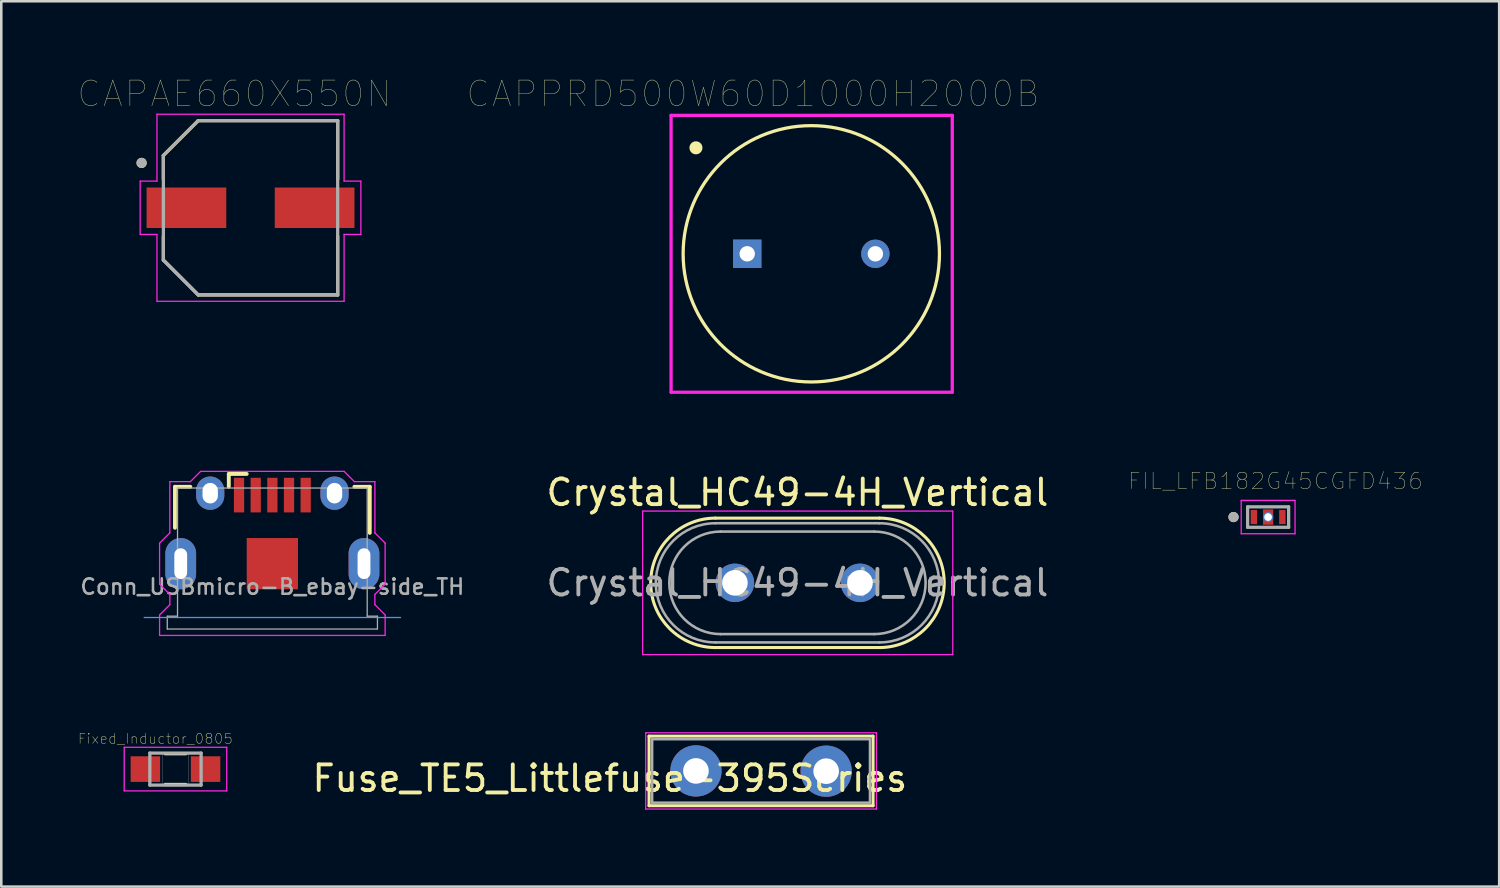
<source format=kicad_pcb>
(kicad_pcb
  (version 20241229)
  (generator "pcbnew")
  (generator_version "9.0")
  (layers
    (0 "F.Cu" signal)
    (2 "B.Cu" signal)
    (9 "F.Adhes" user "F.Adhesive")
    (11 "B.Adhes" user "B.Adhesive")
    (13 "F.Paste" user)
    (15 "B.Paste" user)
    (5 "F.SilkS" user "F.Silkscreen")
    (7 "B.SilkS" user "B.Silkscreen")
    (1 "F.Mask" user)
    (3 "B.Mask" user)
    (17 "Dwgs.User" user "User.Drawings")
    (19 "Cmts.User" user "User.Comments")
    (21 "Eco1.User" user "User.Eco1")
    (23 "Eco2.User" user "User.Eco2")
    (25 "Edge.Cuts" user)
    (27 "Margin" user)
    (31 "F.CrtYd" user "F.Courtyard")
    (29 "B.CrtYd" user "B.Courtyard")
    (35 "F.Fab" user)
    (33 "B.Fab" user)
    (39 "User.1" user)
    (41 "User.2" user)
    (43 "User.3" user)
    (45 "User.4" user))
  (footprint "Fixed_Inductor_0805"
    (layer "F.Cu")
    (at 3.796 26.956)
    (property "Reference" "Fixed_Inductor_0805" (at -0.785 -1.185 0) (layer "F.SilkS") (effects (font (size 0.394 0.394) (thickness 0.015))))
    (attr through_hole)
    (fp_line (start -0.4 -0.6) (end 0.4 -0.6) (stroke (width 0.127) (type solid)) (layer "F.SilkS"))
    (fp_line (start -0.4 0.6) (end 0.4 0.6) (stroke (width 0.127) (type solid)) (layer "F.SilkS"))
    (fp_line (start -2 -0.85) (end 2 -0.85) (stroke (width 0.051) (type solid)) (layer "F.CrtYd"))
    (fp_line (start -2 0.85) (end -2 -0.85) (stroke (width 0.051) (type solid)) (layer "F.CrtYd"))
    (fp_line (start 2 -0.85) (end 2 0.85) (stroke (width 0.051) (type solid)) (layer "F.CrtYd"))
    (fp_line (start 2 0.85) (end -2 0.85) (stroke (width 0.051) (type solid)) (layer "F.CrtYd"))
    (fp_line (start -1 -0.625) (end 1 -0.625) (stroke (width 0.127) (type solid)) (layer "F.Fab"))
    (fp_line (start -1 0.625) (end -1 -0.625) (stroke (width 0.127) (type solid)) (layer "F.Fab"))
    (fp_line (start 1 -0.625) (end 1 0.625) (stroke (width 0.127) (type solid)) (layer "F.Fab"))
    (fp_line (start 1 0.625) (end -1 0.625) (stroke (width 0.127) (type solid)) (layer "F.Fab"))
    (fp_poly (pts (xy -1 -0.625) (xy -0.5 -0.625) (xy -0.5 0.625) (xy -1 0.625)) (stroke (width 0.01) (type solid)) (fill no) (layer "F.Fab"))
    (fp_poly (pts (xy 0.5 -0.625) (xy 1 -0.625) (xy 1 0.625) (xy 0.5 0.625)) (stroke (width 0.01) (type solid)) (fill no) (layer "F.Fab"))
    (pad "1" smd rect (at -1.175 0) (size 1.15 1) (layers "F.Cu" "F.Mask" "F.Paste"))
    (pad "2" smd rect (at 1.175 0) (size 1.15 1) (layers "F.Cu" "F.Mask" "F.Paste")))
  (footprint "Conn_USBmicro-B_ebay-side_TH"
    (layer "F.Cu")
    (at 7.576 18.941)
    (property "Reference" "Conn_USBmicro-B_ebay-side_TH" (at 0 0.9 0) (layer "F.Fab") (effects (font (size 0.6 0.6) (thickness 0.1))))
    (attr through_hole)
    (fp_line (start -3.8 -3) (end -3.2 -3) (stroke (width 0.15) (type solid)) (layer "F.SilkS"))
    (fp_line (start -3.8 -1.4) (end -3.8 -3) (stroke (width 0.15) (type solid)) (layer "F.SilkS"))
    (fp_line (start -1.7 -3.5) (end -1.7 -3) (stroke (width 0.15) (type solid)) (layer "F.SilkS"))
    (fp_line (start -1 -3.5) (end -1.7 -3.5) (stroke (width 0.15) (type solid)) (layer "F.SilkS"))
    (fp_line (start 3.8 -3) (end 3.2 -3) (stroke (width 0.15) (type solid)) (layer "F.SilkS"))
    (fp_line (start 3.8 -1.2) (end 3.8 -3) (stroke (width 0.15) (type solid)) (layer "F.SilkS"))
    (fp_line (start 5 2.1) (end -5 2.1) (stroke (width 0.05) (type solid)) (layer "Cmts.User"))
    (fp_line (start -4.4 -0.8) (end -4.4 0.8) (stroke (width 0.05) (type solid)) (layer "F.CrtYd"))
    (fp_line (start -4.4 0.8) (end -4 1.2) (stroke (width 0.05) (type solid)) (layer "F.CrtYd"))
    (fp_line (start -4.4 2) (end -4.4 2.8) (stroke (width 0.05) (type solid)) (layer "F.CrtYd"))
    (fp_line (start -4.4 2.8) (end 4.4 2.8) (stroke (width 0.05) (type solid)) (layer "F.CrtYd"))
    (fp_line (start -4 -3.2) (end -4 -1.2) (stroke (width 0.05) (type solid)) (layer "F.CrtYd"))
    (fp_line (start -4 -1.2) (end -4.4 -0.8) (stroke (width 0.05) (type solid)) (layer "F.CrtYd"))
    (fp_line (start -4 1.2) (end -4 1.6) (stroke (width 0.05) (type solid)) (layer "F.CrtYd"))
    (fp_line (start -4 1.6) (end -4.4 2) (stroke (width 0.05) (type solid)) (layer "F.CrtYd"))
    (fp_line (start -3.2 -3.2) (end -4 -3.2) (stroke (width 0.05) (type solid)) (layer "F.CrtYd"))
    (fp_line (start -2.8 -3.6) (end -3.2 -3.2) (stroke (width 0.05) (type solid)) (layer "F.CrtYd"))
    (fp_line (start 2.8 -3.6) (end -2.8 -3.6) (stroke (width 0.05) (type solid)) (layer "F.CrtYd"))
    (fp_line (start 3.2 -3.2) (end 2.8 -3.6) (stroke (width 0.05) (type solid)) (layer "F.CrtYd"))
    (fp_line (start 4 -3.2) (end 3.2 -3.2) (stroke (width 0.05) (type solid)) (layer "F.CrtYd"))
    (fp_line (start 4 -1.2) (end 4 -3.2) (stroke (width 0.05) (type solid)) (layer "F.CrtYd"))
    (fp_line (start 4 1.2) (end 4.4 0.8) (stroke (width 0.05) (type solid)) (layer "F.CrtYd"))
    (fp_line (start 4 1.6) (end 4 1.2) (stroke (width 0.05) (type solid)) (layer "F.CrtYd"))
    (fp_line (start 4.4 -0.8) (end 4 -1.2) (stroke (width 0.05) (type solid)) (layer "F.CrtYd"))
    (fp_line (start 4.4 0.8) (end 4.4 -0.8) (stroke (width 0.05) (type solid)) (layer "F.CrtYd"))
    (fp_line (start 4.4 2) (end 4 1.6) (stroke (width 0.05) (type solid)) (layer "F.CrtYd"))
    (fp_line (start 4.4 2.8) (end 4.4 2) (stroke (width 0.05) (type solid)) (layer "F.CrtYd"))
    (fp_line (start -4.1 2.05) (end -3.7 2.05) (stroke (width 0.05) (type solid)) (layer "F.Fab"))
    (fp_line (start -4.1 2.55) (end -4.1 2.05) (stroke (width 0.05) (type solid)) (layer "F.Fab"))
    (fp_line (start -4.1 2.55) (end 4.1 2.55) (stroke (width 0.05) (type solid)) (layer "F.Fab"))
    (fp_line (start -3.7 -2.95) (end -3.7 2.05) (stroke (width 0.05) (type solid)) (layer "F.Fab"))
    (fp_line (start 3.7 -2.95) (end -3.7 -2.95) (stroke (width 0.05) (type solid)) (layer "F.Fab"))
    (fp_line (start 3.7 2.05) (end 3.7 -2.95) (stroke (width 0.05) (type solid)) (layer "F.Fab"))
    (fp_line (start 4.1 2.05) (end 3.7 2.05) (stroke (width 0.05) (type solid)) (layer "F.Fab"))
    (fp_line (start 4.1 2.55) (end 4.1 2.05) (stroke (width 0.05) (type solid)) (layer "F.Fab"))
    (fp_text user "${REFERENCE}" (at -1.5 -1.7 0) (layer "Eco1.User") (effects (font (size 0.3 0.3) (thickness 0.03))))
    (pad "" smd rect (at 0 0) (size 2 2) (layers "F.Cu" "F.Mask" "F.Paste"))
    (pad "1" smd rect (at -1.3 -2.675) (size 0.4 1.35) (layers "F.Cu" "F.Mask" "F.Paste"))
    (pad "2" smd rect (at -0.65 -2.675) (size 0.4 1.35) (layers "F.Cu" "F.Mask" "F.Paste"))
    (pad "3" smd rect (at 0 -2.675) (size 0.4 1.35) (layers "F.Cu" "F.Mask" "F.Paste"))
    (pad "4" smd rect (at 0.65 -2.675) (size 0.4 1.35) (layers "F.Cu" "F.Mask" "F.Paste"))
    (pad "5" smd rect (at 1.3 -2.675) (size 0.4 1.35) (layers "F.Cu" "F.Mask" "F.Paste"))
    (pad "6" thru_hole oval (at -3.575 0) (size 1.2 2) (drill oval 0.5 1.2) (layers "*.Cu" "*.Mask" "F.Paste"))
    (pad "6" thru_hole oval (at -2.425 -2.75) (size 1.1 1.3) (drill oval 0.6 0.8) (layers "*.Cu" "*.Mask"))
    (pad "6" thru_hole oval (at 2.425 -2.75) (size 1.1 1.3) (drill oval 0.6 0.8) (layers "*.Cu" "*.Mask"))
    (pad "6" thru_hole oval (at 3.575 0) (size 1.2 2) (drill oval 0.5 1.2) (layers "*.Cu" "*.Mask" "F.Paste")))
  (footprint "CAPAE660X550N"
    (layer "F.Cu")
    (at 6.724 5.056)
    (property "Reference" "CAPAE660X550N" (at -0.635 -4.445 0) (layer "F.SilkS") (effects (font (size 1 1) (thickness 0.015))))
    (attr through_hole)
    (fp_line (start -3.4 -2.04) (end -3.4 -1.11) (stroke (width 0.127) (type solid)) (layer "F.SilkS"))
    (fp_line (start -3.4 -2.04) (end -2.04 -3.4) (stroke (width 0.127) (type solid)) (layer "F.SilkS"))
    (fp_line (start -3.4 2.04) (end -3.4 1.11) (stroke (width 0.127) (type solid)) (layer "F.SilkS"))
    (fp_line (start -2.04 -3.4) (end 3.4 -3.4) (stroke (width 0.127) (type solid)) (layer "F.SilkS"))
    (fp_line (start -2.04 3.4) (end -3.4 2.04) (stroke (width 0.127) (type solid)) (layer "F.SilkS"))
    (fp_line (start 3.4 -3.4) (end 3.4 -1.11) (stroke (width 0.127) (type solid)) (layer "F.SilkS"))
    (fp_line (start 3.4 1.11) (end 3.4 3.4) (stroke (width 0.127) (type solid)) (layer "F.SilkS"))
    (fp_line (start 3.4 3.4) (end -2.04 3.4) (stroke (width 0.127) (type solid)) (layer "F.SilkS"))
    (fp_circle (center -4.25 -1.75) (end -4.15 -1.75) (stroke (width 0.2) (type solid)) (fill no) (layer "F.SilkS"))
    (fp_line (start -4.305 -1.04) (end -3.65 -1.04) (stroke (width 0.05) (type solid)) (layer "F.CrtYd"))
    (fp_line (start -4.305 1.04) (end -4.305 -1.04) (stroke (width 0.05) (type solid)) (layer "F.CrtYd"))
    (fp_line (start -3.65 -3.65) (end 3.65 -3.65) (stroke (width 0.05) (type solid)) (layer "F.CrtYd"))
    (fp_line (start -3.65 -1.04) (end -3.65 -3.65) (stroke (width 0.05) (type solid)) (layer "F.CrtYd"))
    (fp_line (start -3.65 1.04) (end -4.305 1.04) (stroke (width 0.05) (type solid)) (layer "F.CrtYd"))
    (fp_line (start -3.65 3.65) (end -3.65 1.04) (stroke (width 0.05) (type solid)) (layer "F.CrtYd"))
    (fp_line (start 3.65 -3.65) (end 3.65 -1.04) (stroke (width 0.05) (type solid)) (layer "F.CrtYd"))
    (fp_line (start 3.65 -1.04) (end 4.305 -1.04) (stroke (width 0.05) (type solid)) (layer "F.CrtYd"))
    (fp_line (start 3.65 1.04) (end 3.65 3.65) (stroke (width 0.05) (type solid)) (layer "F.CrtYd"))
    (fp_line (start 3.65 3.65) (end -3.65 3.65) (stroke (width 0.05) (type solid)) (layer "F.CrtYd"))
    (fp_line (start 4.305 -1.04) (end 4.305 1.04) (stroke (width 0.05) (type solid)) (layer "F.CrtYd"))
    (fp_line (start 4.305 1.04) (end 3.65 1.04) (stroke (width 0.05) (type solid)) (layer "F.CrtYd"))
    (fp_line (start -3.4 -2.04) (end -2.04 -3.4) (stroke (width 0.127) (type solid)) (layer "F.Fab"))
    (fp_line (start -3.4 2.04) (end -3.4 -2.04) (stroke (width 0.127) (type solid)) (layer "F.Fab"))
    (fp_line (start -2.04 -3.4) (end 3.4 -3.4) (stroke (width 0.127) (type solid)) (layer "F.Fab"))
    (fp_line (start -2.04 3.4) (end -3.4 2.04) (stroke (width 0.127) (type solid)) (layer "F.Fab"))
    (fp_line (start 3.4 -3.4) (end 3.4 3.4) (stroke (width 0.127) (type solid)) (layer "F.Fab"))
    (fp_line (start 3.4 3.4) (end -2.04 3.4) (stroke (width 0.127) (type solid)) (layer "F.Fab"))
    (fp_circle (center -4.25 -1.75) (end -4.15 -1.75) (stroke (width 0.2) (type solid)) (fill no) (layer "F.Fab"))
    (pad "1" smd rect (at -2.5 0) (size 3.11 1.58) (layers "F.Cu" "F.Mask" "F.Paste"))
    (pad "2" smd rect (at 2.5 0) (size 3.11 1.58) (layers "F.Cu" "F.Mask" "F.Paste")))
  (footprint "Fuse_TE5_Littlefuse-395Series"
    (layer "F.Cu")
    (at 24.102 27.027)
    (property "Reference" "Fuse_TE5_Littlefuse-395Series" (at -3.36 0.29 180) (layer "F.SilkS") (effects (font (size 1 1) (thickness 0.15))))
    (attr through_hole)
    (fp_line (start -1.83 -1.358) (end -1.83 1.358) (stroke (width 0.12) (type solid)) (layer "F.SilkS"))
    (fp_line (start -1.83 -1.358) (end 6.91 -1.358) (stroke (width 0.12) (type solid)) (layer "F.SilkS"))
    (fp_line (start 6.91 1.358) (end -1.83 1.358) (stroke (width 0.12) (type solid)) (layer "F.SilkS"))
    (fp_line (start 6.91 1.358) (end 6.91 -1.358) (stroke (width 0.12) (type solid)) (layer "F.SilkS"))
    (fp_line (start -1.96 -1.488) (end -1.96 1.488) (stroke (width 0.05) (type solid)) (layer "F.CrtYd"))
    (fp_line (start -1.96 -1.488) (end 7.04 -1.488) (stroke (width 0.05) (type solid)) (layer "F.CrtYd"))
    (fp_line (start 7.04 1.488) (end -1.96 1.488) (stroke (width 0.05) (type solid)) (layer "F.CrtYd"))
    (fp_line (start 7.04 1.488) (end 7.04 -1.488) (stroke (width 0.05) (type solid)) (layer "F.CrtYd"))
    (fp_line (start -1.71 -1.238) (end -1.71 1.238) (stroke (width 0.1) (type solid)) (layer "F.Fab"))
    (fp_line (start -1.71 1.238) (end 6.79 1.238) (stroke (width 0.1) (type solid)) (layer "F.Fab"))
    (fp_line (start 6.79 -1.238) (end -1.71 -1.238) (stroke (width 0.1) (type solid)) (layer "F.Fab"))
    (fp_line (start 6.79 1.238) (end 6.79 -1.238) (stroke (width 0.1) (type solid)) (layer "F.Fab"))
    (pad "1" thru_hole circle (at 0 0) (size 2 2) (drill 1) (layers "*.Cu" "*.Mask"))
    (pad "2" thru_hole circle (at 5.08 0.01) (size 2 2) (drill 1) (layers "*.Cu" "*.Mask")))
  (footprint "CAPPRD500W60D1000H2000B"
    (layer "F.Cu")
    (at 28.602 6.852)
    (property "Reference" "CAPPRD500W60D1000H2000B" (at -2.277 -6.24 0) (layer "F.SilkS") (effects (font (size 1.001 1.001) (thickness 0.015))))
    (attr through_hole)
    (fp_circle (center -4.5 -4.135) (end -4.246 -4.135) (stroke (width 0) (type solid)) (fill yes) (layer "F.SilkS"))
    (fp_circle (center 0 0) (end 5 0) (stroke (width 0.127) (type solid)) (fill no) (layer "F.SilkS"))
    (fp_line (start -5.47 -5.4) (end -5.47 5.4) (stroke (width 0.127) (type solid)) (layer "F.CrtYd"))
    (fp_line (start -5.47 5.4) (end 5.5 5.4) (stroke (width 0.127) (type solid)) (layer "F.CrtYd"))
    (fp_line (start 5.5 -5.4) (end -5.47 -5.4) (stroke (width 0.127) (type solid)) (layer "F.CrtYd"))
    (fp_line (start 5.5 5.4) (end 5.5 -5.4) (stroke (width 0.127) (type solid)) (layer "F.CrtYd"))
    (pad "+" thru_hole circle (at 2.5 0) (size 1.108 1.108) (drill 0.6) (layers "*.Cu" "*.Mask"))
    (pad "-" thru_hole rect (at -2.5 0) (size 1.108 1.108) (drill 0.6) (layers "*.Cu" "*.Mask")))
  (footprint "FIL_LFB182G45CGFD436"
    (layer "F.Cu")
    (at 46.425 17.123)
    (property "Reference" "FIL_LFB182G45CGFD436" (at 0.282 -1.406 0) (layer "F.SilkS") (effects (font (size 0.64 0.64) (thickness 0.015))))
    (attr through_hole)
    (fp_poly (pts (xy -0.68 -0.275) (xy -0.43 -0.275) (xy -0.43 0.275) (xy -0.68 0.275)) (stroke (width 0.01) (type solid)) (fill yes) (layer "F.Mask"))
    (fp_poly (pts (xy -0.2 -0.3) (xy 0.2 -0.3) (xy 0.2 0.3) (xy -0.2 0.3)) (stroke (width 0.01) (type solid)) (fill yes) (layer "F.Mask"))
    (fp_poly (pts (xy 0.43 -0.275) (xy 0.68 -0.275) (xy 0.68 0.275) (xy 0.43 0.275)) (stroke (width 0.01) (type solid)) (fill yes) (layer "F.Mask"))
    (fp_circle (center -1.35 0) (end -1.25 0) (stroke (width 0.2) (type solid)) (fill no) (layer "F.SilkS"))
    (fp_line (start -1.05 -0.65) (end 1.05 -0.65) (stroke (width 0.05) (type solid)) (layer "F.CrtYd"))
    (fp_line (start -1.05 0.65) (end -1.05 -0.65) (stroke (width 0.05) (type solid)) (layer "F.CrtYd"))
    (fp_line (start 1.05 -0.65) (end 1.05 0.65) (stroke (width 0.05) (type solid)) (layer "F.CrtYd"))
    (fp_line (start 1.05 0.65) (end -1.05 0.65) (stroke (width 0.05) (type solid)) (layer "F.CrtYd"))
    (fp_line (start -0.8 -0.4) (end -0.8 0.4) (stroke (width 0.127) (type solid)) (layer "F.Fab"))
    (fp_line (start -0.8 0.4) (end 0.8 0.4) (stroke (width 0.127) (type solid)) (layer "F.Fab"))
    (fp_line (start 0.8 -0.4) (end -0.8 -0.4) (stroke (width 0.127) (type solid)) (layer "F.Fab"))
    (fp_line (start 0.8 0.4) (end 0.8 -0.4) (stroke (width 0.127) (type solid)) (layer "F.Fab"))
    (fp_circle (center -1.35 0) (end -1.25 0) (stroke (width 0.2) (type solid)) (fill no) (layer "F.Fab"))
    (pad "1" smd rect (at -0.555 0) (size 0.25 0.55) (layers "F.Cu" "F.Paste"))
    (pad "2" smd rect (at 0 0) (size 0.4 0.6) (layers "F.Cu" "F.Paste"))
    (pad "2_1" thru_hole circle (at 0 0) (size 0.4 0.4) (drill 0.3) (layers "*.Cu"))
    (pad "3" smd rect (at 0.555 0) (size 0.25 0.55) (layers "F.Cu" "F.Paste")))
  (footprint "Crystal_HC49-4H_Vertical"
    (layer "F.Cu")
    (at 25.622 19.689)
    (property "Reference" "Crystal_HC49-4H_Vertical" (at 2.44 -3.525 0) (layer "F.SilkS") (effects (font (size 1 1) (thickness 0.15))))
    (attr through_hole)
    (fp_line (start -0.76 -2.525) (end 5.64 -2.525) (stroke (width 0.12) (type solid)) (layer "F.SilkS"))
    (fp_line (start -0.76 2.525) (end 5.64 2.525) (stroke (width 0.12) (type solid)) (layer "F.SilkS"))
    (fp_arc (start -0.76 2.525) (mid -3.285 0) (end -0.76 -2.525) (stroke (width 0.12) (type solid)) (layer "F.SilkS"))
    (fp_arc (start 5.64 -2.525) (mid 8.165 0) (end 5.64 2.525) (stroke (width 0.12) (type solid)) (layer "F.SilkS"))
    (fp_line (start -3.6 -2.8) (end -3.6 2.8) (stroke (width 0.05) (type solid)) (layer "F.CrtYd"))
    (fp_line (start -3.6 2.8) (end 8.5 2.8) (stroke (width 0.05) (type solid)) (layer "F.CrtYd"))
    (fp_line (start 8.5 -2.8) (end -3.6 -2.8) (stroke (width 0.05) (type solid)) (layer "F.CrtYd"))
    (fp_line (start 8.5 2.8) (end 8.5 -2.8) (stroke (width 0.05) (type solid)) (layer "F.CrtYd"))
    (fp_line (start -0.76 -2.325) (end 5.64 -2.325) (stroke (width 0.1) (type solid)) (layer "F.Fab"))
    (fp_line (start -0.76 2.325) (end 5.64 2.325) (stroke (width 0.1) (type solid)) (layer "F.Fab"))
    (fp_line (start -0.56 -2) (end 5.44 -2) (stroke (width 0.1) (type solid)) (layer "F.Fab"))
    (fp_line (start -0.56 2) (end 5.44 2) (stroke (width 0.1) (type solid)) (layer "F.Fab"))
    (fp_arc (start -0.76 2.325) (mid -3.085 0) (end -0.76 -2.325) (stroke (width 0.1) (type solid)) (layer "F.Fab"))
    (fp_arc (start -0.56 2) (mid -2.56 0) (end -0.56 -2) (stroke (width 0.1) (type solid)) (layer "F.Fab"))
    (fp_arc (start 5.44 -2) (mid 7.44 0) (end 5.44 2) (stroke (width 0.1) (type solid)) (layer "F.Fab"))
    (fp_arc (start 5.64 -2.325) (mid 7.965 0) (end 5.64 2.325) (stroke (width 0.1) (type solid)) (layer "F.Fab"))
    (fp_text user "${REFERENCE}" (at 2.44 0 0) (layer "F.Fab") (effects (font (size 1 1) (thickness 0.15))))
    (pad "1" thru_hole circle (at 0 0) (size 1.5 1.5) (drill 1) (layers "*.Cu" "*.Mask"))
    (pad "2" thru_hole circle (at 4.88 0) (size 1.5 1.5) (drill 1) (layers "*.Cu" "*.Mask")))
  (gr_rect
    (start -3 -3)
    (end 55.44 31.54)
    (stroke (width 0.1) (type default))
    (fill no)
    (layer "Edge.Cuts")))
</source>
